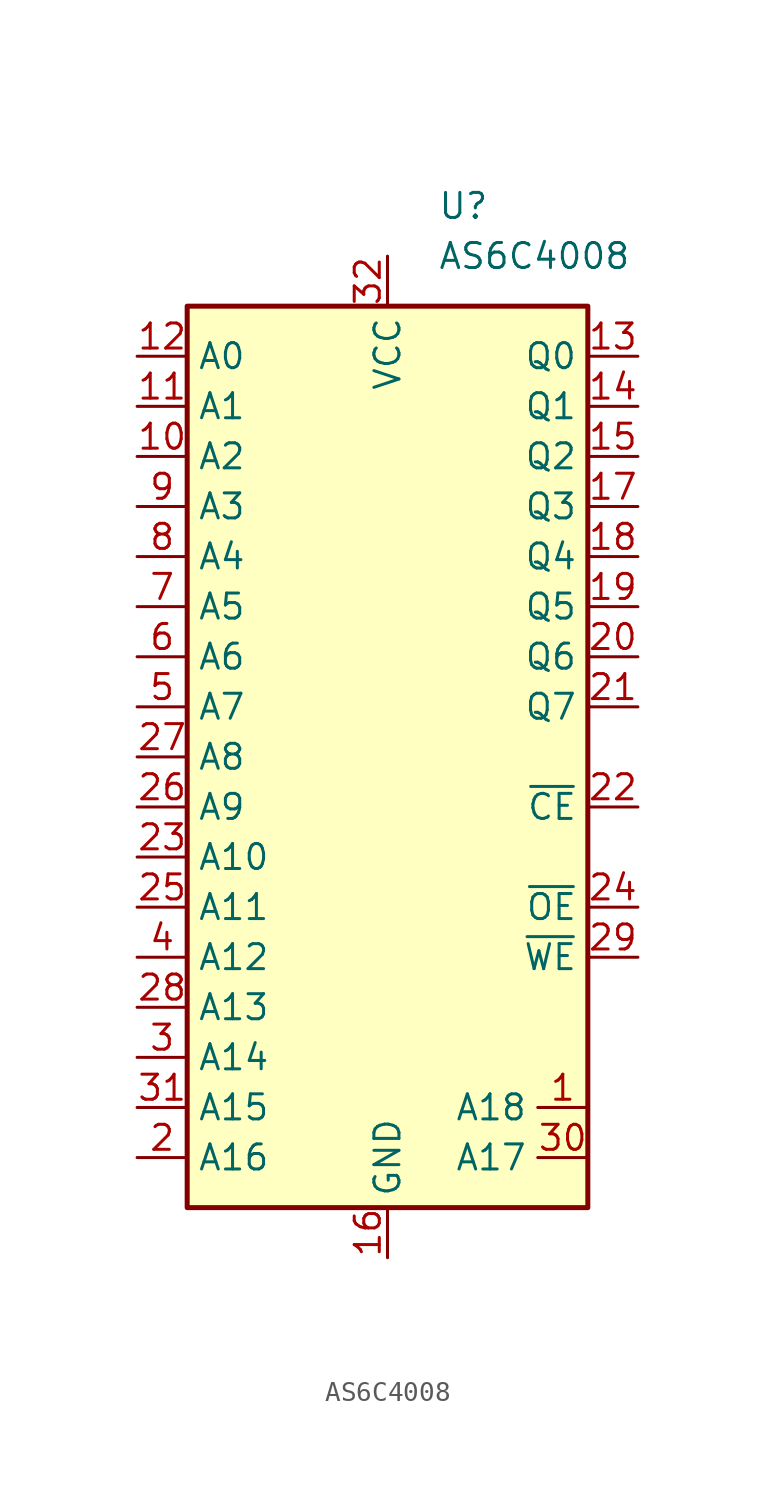
<source format=kicad_sym>
(kicad_symbol_lib
  (version 20220914)
  (generator kicad_symbol_editor)
  (symbol "AS6C4008"
    (property "Reference" "U"
      (at 2.54 27.94 0)
      (effects (font (size 1.27 1.27)) (justify left)))
    (property "Value" "AS6C4008"
      (at 2.54 25.4 0)
      (effects (font (size 1.27 1.27)) (justify left)))
    (symbol "AS6C4008_0_0"
      (pin power_in line (at 0 -25.4 90) (length 2.54) (name "GND" (effects (font (size 1.27 1.27)))) (number "16" (effects (font (size 1.27 1.27)))))
      (pin power_in line (at 0 25.4 270) (length 2.54) (name "VCC" (effects (font (size 1.27 1.27)))) (number "32" (effects (font (size 1.27 1.27))))))
    (symbol "AS6C4008_0_1"
      (rectangle (start -10.16 22.86) (end 10.16 -22.86) (stroke (width 0.254) (type default)) (fill (type background))))
    (symbol "AS6C4008_1_1"
      (pin input line (at 10.16 -17.78 180) (length 2.54) (name "A18" (effects (font (size 1.27 1.27)))) (number "1" (effects (font (size 1.27 1.27)))))
      (pin input line (at -12.7 15.24 0) (length 2.54) (name "A2" (effects (font (size 1.27 1.27)))) (number "10" (effects (font (size 1.27 1.27)))))
      (pin input line (at -12.7 17.78 0) (length 2.54) (name "A1" (effects (font (size 1.27 1.27)))) (number "11" (effects (font (size 1.27 1.27)))))
      (pin input line (at -12.7 20.32 0) (length 2.54) (name "A0" (effects (font (size 1.27 1.27)))) (number "12" (effects (font (size 1.27 1.27)))))
      (pin tri_state line (at 12.7 20.32 180) (length 2.54) (name "Q0" (effects (font (size 1.27 1.27)))) (number "13" (effects (font (size 1.27 1.27)))))
      (pin tri_state line (at 12.7 17.78 180) (length 2.54) (name "Q1" (effects (font (size 1.27 1.27)))) (number "14" (effects (font (size 1.27 1.27)))))
      (pin tri_state line (at 12.7 15.24 180) (length 2.54) (name "Q2" (effects (font (size 1.27 1.27)))) (number "15" (effects (font (size 1.27 1.27)))))
      (pin tri_state line (at 12.7 12.7 180) (length 2.54) (name "Q3" (effects (font (size 1.27 1.27)))) (number "17" (effects (font (size 1.27 1.27)))))
      (pin tri_state line (at 12.7 10.16 180) (length 2.54) (name "Q4" (effects (font (size 1.27 1.27)))) (number "18" (effects (font (size 1.27 1.27)))))
      (pin tri_state line (at 12.7 7.62 180) (length 2.54) (name "Q5" (effects (font (size 1.27 1.27)))) (number "19" (effects (font (size 1.27 1.27)))))
      (pin input line (at -12.7 -20.32 0) (length 2.54) (name "A16" (effects (font (size 1.27 1.27)))) (number "2" (effects (font (size 1.27 1.27)))))
      (pin tri_state line (at 12.7 5.08 180) (length 2.54) (name "Q6" (effects (font (size 1.27 1.27)))) (number "20" (effects (font (size 1.27 1.27)))))
      (pin tri_state line (at 12.7 2.54 180) (length 2.54) (name "Q7" (effects (font (size 1.27 1.27)))) (number "21" (effects (font (size 1.27 1.27)))))
      (pin input line (at 12.7 -2.54 180) (length 2.54) (name "~{CE}" (effects (font (size 1.27 1.27)))) (number "22" (effects (font (size 1.27 1.27)))))
      (pin input line (at -12.7 -5.08 0) (length 2.54) (name "A10" (effects (font (size 1.27 1.27)))) (number "23" (effects (font (size 1.27 1.27)))))
      (pin input line (at 12.7 -7.62 180) (length 2.54) (name "~{OE}" (effects (font (size 1.27 1.27)))) (number "24" (effects (font (size 1.27 1.27)))))
      (pin input line (at -12.7 -7.62 0) (length 2.54) (name "A11" (effects (font (size 1.27 1.27)))) (number "25" (effects (font (size 1.27 1.27)))))
      (pin input line (at -12.7 -2.54 0) (length 2.54) (name "A9" (effects (font (size 1.27 1.27)))) (number "26" (effects (font (size 1.27 1.27)))))
      (pin input line (at -12.7 0 0) (length 2.54) (name "A8" (effects (font (size 1.27 1.27)))) (number "27" (effects (font (size 1.27 1.27)))))
      (pin input line (at -12.7 -12.7 0) (length 2.54) (name "A13" (effects (font (size 1.27 1.27)))) (number "28" (effects (font (size 1.27 1.27)))))
      (pin input line (at 12.7 -10.16 180) (length 2.54) (name "~{WE}" (effects (font (size 1.27 1.27)))) (number "29" (effects (font (size 1.27 1.27)))))
      (pin input line (at -12.7 -15.24 0) (length 2.54) (name "A14" (effects (font (size 1.27 1.27)))) (number "3" (effects (font (size 1.27 1.27)))))
      (pin input line (at 10.16 -20.32 180) (length 2.54) (name "A17" (effects (font (size 1.27 1.27)))) (number "30" (effects (font (size 1.27 1.27)))))
      (pin input line (at -12.7 -17.78 0) (length 2.54) (name "A15" (effects (font (size 1.27 1.27)))) (number "31" (effects (font (size 1.27 1.27)))))
      (pin input line (at -12.7 -10.16 0) (length 2.54) (name "A12" (effects (font (size 1.27 1.27)))) (number "4" (effects (font (size 1.27 1.27)))))
      (pin input line (at -12.7 2.54 0) (length 2.54) (name "A7" (effects (font (size 1.27 1.27)))) (number "5" (effects (font (size 1.27 1.27)))))
      (pin input line (at -12.7 5.08 0) (length 2.54) (name "A6" (effects (font (size 1.27 1.27)))) (number "6" (effects (font (size 1.27 1.27)))))
      (pin input line (at -12.7 7.62 0) (length 2.54) (name "A5" (effects (font (size 1.27 1.27)))) (number "7" (effects (font (size 1.27 1.27)))))
      (pin input line (at -12.7 10.16 0) (length 2.54) (name "A4" (effects (font (size 1.27 1.27)))) (number "8" (effects (font (size 1.27 1.27)))))
      (pin input line (at -12.7 12.7 0) (length 2.54) (name "A3" (effects (font (size 1.27 1.27)))) (number "9" (effects (font (size 1.27 1.27))))))))
</source>
